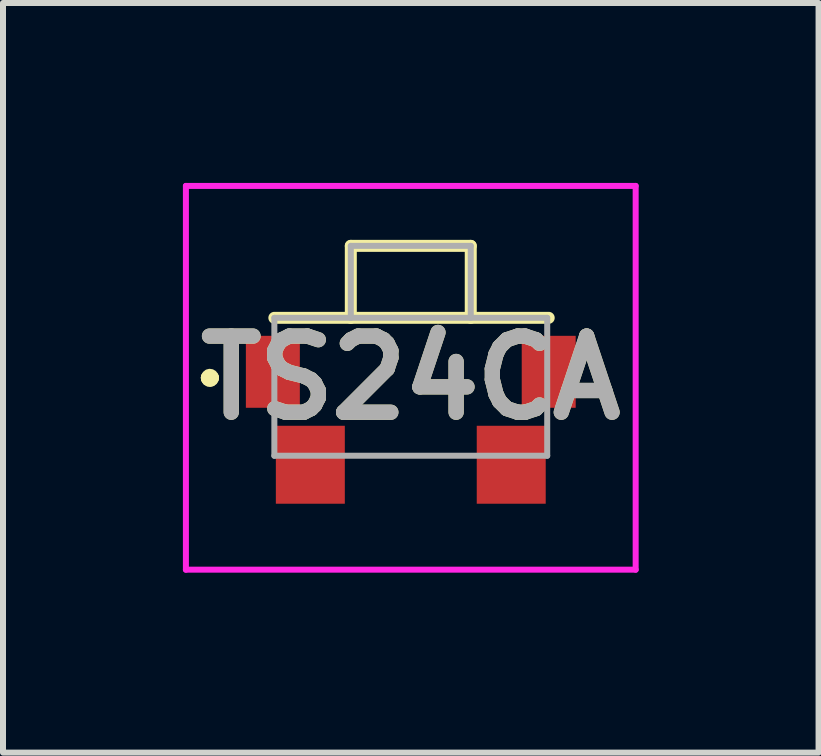
<source format=kicad_pcb>
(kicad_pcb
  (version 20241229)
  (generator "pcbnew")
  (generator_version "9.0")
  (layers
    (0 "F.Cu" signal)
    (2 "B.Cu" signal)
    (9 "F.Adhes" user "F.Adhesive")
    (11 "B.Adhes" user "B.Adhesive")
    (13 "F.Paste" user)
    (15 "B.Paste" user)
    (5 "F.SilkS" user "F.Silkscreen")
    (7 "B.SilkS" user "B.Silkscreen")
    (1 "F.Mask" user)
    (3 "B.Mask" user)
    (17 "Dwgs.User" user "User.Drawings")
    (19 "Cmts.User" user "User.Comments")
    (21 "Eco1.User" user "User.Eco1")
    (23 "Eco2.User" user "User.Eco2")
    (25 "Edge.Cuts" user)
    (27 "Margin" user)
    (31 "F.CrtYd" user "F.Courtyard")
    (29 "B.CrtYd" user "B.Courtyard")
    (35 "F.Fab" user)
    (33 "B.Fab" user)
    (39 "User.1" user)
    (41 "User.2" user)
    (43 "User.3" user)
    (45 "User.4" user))
  (footprint "TS24CA"
    (layer "F.Cu")
    (at 3.8 3.15)
    (property "Reference" "TS24CA" (at 0 0.1 0) (layer "F.SilkS") (effects (font (size 1.27 1.27) (thickness 0.254))))
    (attr through_hole)
    (fp_line (start -3.4 0.1) (end -3.4 0.1) (stroke (width 0.2) (type solid)) (layer "F.SilkS"))
    (fp_line (start -3.4 0.1) (end -3.4 0.1) (stroke (width 0.2) (type solid)) (layer "F.SilkS"))
    (fp_line (start -3.3 0.1) (end -3.3 0.1) (stroke (width 0.2) (type solid)) (layer "F.SilkS"))
    (fp_line (start -2.275 -0.9) (end 2.3 -0.9) (stroke (width 0.2) (type solid)) (layer "F.SilkS"))
    (fp_line (start -1 -2.1) (end 1 -2.1) (stroke (width 0.2) (type solid)) (layer "F.SilkS"))
    (fp_line (start -1 -0.9) (end -1 -2.1) (stroke (width 0.2) (type solid)) (layer "F.SilkS"))
    (fp_line (start 1 -2.1) (end 1 -0.9) (stroke (width 0.2) (type solid)) (layer "F.SilkS"))
    (fp_arc (start -3.4 0.1) (mid -3.35 0.05) (end -3.3 0.1) (stroke (width 0.2) (type solid)) (layer "F.SilkS"))
    (fp_arc (start -3.3 0.1) (mid -3.35 0.15) (end -3.4 0.1) (stroke (width 0.2) (type solid)) (layer "F.SilkS"))
    (fp_arc (start -3.3 0.1) (mid -3.35 0.15) (end -3.4 0.1) (stroke (width 0.2) (type solid)) (layer "F.SilkS"))
    (fp_line (start -3.75 -3.1) (end 3.75 -3.1) (stroke (width 0.1) (type solid)) (layer "F.CrtYd"))
    (fp_line (start -3.75 3.3) (end -3.75 -3.1) (stroke (width 0.1) (type solid)) (layer "F.CrtYd"))
    (fp_line (start 3.75 -3.1) (end 3.75 3.3) (stroke (width 0.1) (type solid)) (layer "F.CrtYd"))
    (fp_line (start 3.75 3.3) (end -3.75 3.3) (stroke (width 0.1) (type solid)) (layer "F.CrtYd"))
    (fp_line (start -2.275 -0.9) (end 2.275 -0.9) (stroke (width 0.1) (type solid)) (layer "F.Fab"))
    (fp_line (start -2.275 1.4) (end -2.275 -0.9) (stroke (width 0.1) (type solid)) (layer "F.Fab"))
    (fp_line (start -1 -2.1) (end 1 -2.1) (stroke (width 0.1) (type solid)) (layer "F.Fab"))
    (fp_line (start -1 -0.9) (end -1 -2.1) (stroke (width 0.1) (type solid)) (layer "F.Fab"))
    (fp_line (start 1 -2.1) (end 1 -0.9) (stroke (width 0.1) (type solid)) (layer "F.Fab"))
    (fp_line (start 2.275 -0.9) (end 2.275 1.4) (stroke (width 0.1) (type solid)) (layer "F.Fab"))
    (fp_line (start 2.275 1.4) (end -2.275 1.4) (stroke (width 0.1) (type solid)) (layer "F.Fab"))
    (fp_text user "${REFERENCE}" (at 0 0.1 0) (layer "F.Fab") (effects (font (size 1.27 1.27) (thickness 0.254))))
    (pad "" np_thru_hole circle (at -0.85 0) (size 0.001 0.001) (drill 0.6) (layers "*.Cu" "*.Mask"))
    (pad "" np_thru_hole circle (at 0.85 0) (size 0.001 0.001) (drill 0.6) (layers "*.Cu" "*.Mask"))
    (pad "1" smd rect (at -2.3 0) (size 0.9 1.2) (layers "F.Cu" "F.Mask" "F.Paste"))
    (pad "2" smd rect (at 2.3 0) (size 0.9 1.2) (layers "F.Cu" "F.Mask" "F.Paste"))
    (pad "3" smd rect (at -1.675 1.55) (size 1.15 1.3) (layers "F.Cu" "F.Mask" "F.Paste"))
    (pad "4" smd rect (at 1.675 1.55) (size 1.15 1.3) (layers "F.Cu" "F.Mask" "F.Paste")))
  (gr_rect
    (start -3 -3)
    (end 10.6 9.5)
    (stroke (width 0.1) (type default))
    (fill no)
    (layer "Edge.Cuts")))
</source>
